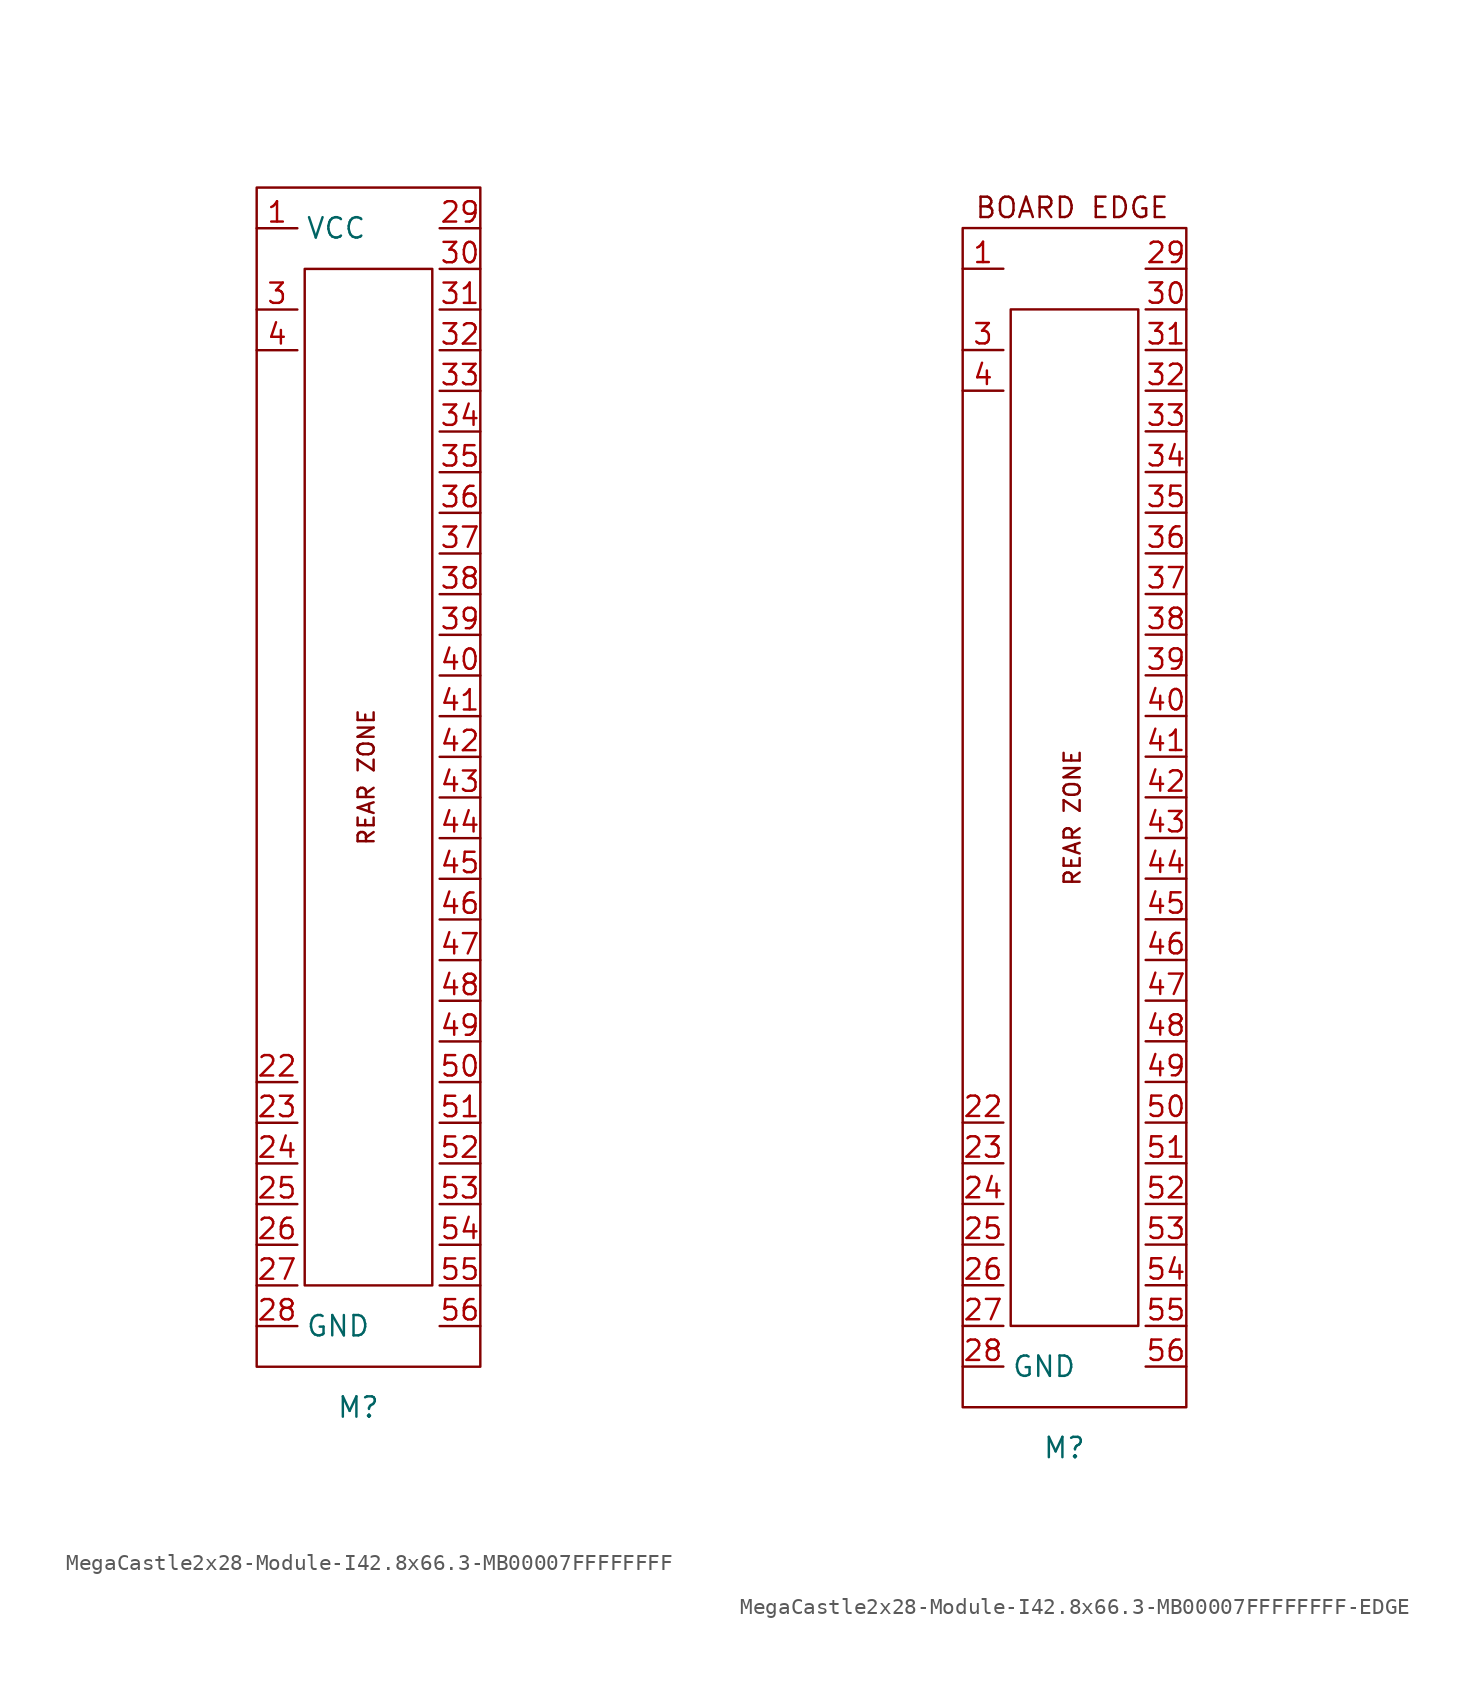
<source format=kicad_sym>
(kicad_symbol_lib
  (version 20231120)
  (generator "kicad_symbol_editor")
  (generator_version "8.0")
  (symbol "MegaCastle2x28-Module-I42.8x66.3-MB00007FFFFFFFF"
    (property "Reference" "M"
      (at 0 -39.37 0)
      (effects (font (size 1.27 1.27))))
    (property "Value" ""
      (at 0 5.08 0)
      (effects (font (size 1.27 1.27))))
    (symbol "MegaCastle2x28-Module-I42.8x66.3-MB00007FFFFFFFF_0_1"
      (rectangle (start -6.35 36.83) (end 7.62 -36.83) (stroke (width 0) (type default)) (fill (type none)))
      (rectangle (start -3.35 31.75) (end 4.62 -31.75) (stroke (width 0) (type default)) (fill (type none))))
    (symbol "MegaCastle2x28-Module-I42.8x66.3-MB00007FFFFFFFF_1_1"
      (text "REAR ZONE" (at 0.5 0 900) (effects (font (size 1 1))))
      (pin bidirectional line (at -6.35 34.29 0) (length 2.54) (name "VCC" (effects (font (size 1.27 1.27)))) (number "1" (effects (font (size 1.27 1.27)))))
      (pin bidirectional line (at -6.35 -19.05 0) (length 2.54) (name "" (effects (font (size 1.27 1.27)))) (number "22" (effects (font (size 1.27 1.27)))))
      (pin bidirectional line (at -6.35 -21.59 0) (length 2.54) (name "" (effects (font (size 1.27 1.27)))) (number "23" (effects (font (size 1.27 1.27)))))
      (pin bidirectional line (at -6.35 -24.13 0) (length 2.54) (name "" (effects (font (size 1.27 1.27)))) (number "24" (effects (font (size 1.27 1.27)))))
      (pin bidirectional line (at -6.35 -26.67 0) (length 2.54) (name "" (effects (font (size 1.27 1.27)))) (number "25" (effects (font (size 1.27 1.27)))))
      (pin bidirectional line (at -6.35 -29.21 0) (length 2.54) (name "" (effects (font (size 1.27 1.27)))) (number "26" (effects (font (size 1.27 1.27)))))
      (pin bidirectional line (at -6.35 -31.75 0) (length 2.54) (name "" (effects (font (size 1.27 1.27)))) (number "27" (effects (font (size 1.27 1.27)))))
      (pin bidirectional line (at -6.35 -34.29 0) (length 2.54) (name "GND" (effects (font (size 1.27 1.27)))) (number "28" (effects (font (size 1.27 1.27)))))
      (pin bidirectional line (at 7.62 34.29 180) (length 2.54) (name "" (effects (font (size 1.27 1.27)))) (number "29" (effects (font (size 1.27 1.27)))))
      (pin bidirectional line (at -6.35 29.21 0) (length 2.54) (name "" (effects (font (size 1.27 1.27)))) (number "3" (effects (font (size 1.27 1.27)))))
      (pin bidirectional line (at 7.62 31.75 180) (length 2.54) (name "" (effects (font (size 1.27 1.27)))) (number "30" (effects (font (size 1.27 1.27)))))
      (pin bidirectional line (at 7.62 29.21 180) (length 2.54) (name "" (effects (font (size 1.27 1.27)))) (number "31" (effects (font (size 1.27 1.27)))))
      (pin bidirectional line (at 7.62 26.67 180) (length 2.54) (name "" (effects (font (size 1.27 1.27)))) (number "32" (effects (font (size 1.27 1.27)))))
      (pin bidirectional line (at 7.62 24.13 180) (length 2.54) (name "" (effects (font (size 1.27 1.27)))) (number "33" (effects (font (size 1.27 1.27)))))
      (pin bidirectional line (at 7.62 21.59 180) (length 2.54) (name "" (effects (font (size 1.27 1.27)))) (number "34" (effects (font (size 1.27 1.27)))))
      (pin bidirectional line (at 7.62 19.05 180) (length 2.54) (name "" (effects (font (size 1.27 1.27)))) (number "35" (effects (font (size 1.27 1.27)))))
      (pin bidirectional line (at 7.62 16.51 180) (length 2.54) (name "" (effects (font (size 1.27 1.27)))) (number "36" (effects (font (size 1.27 1.27)))))
      (pin bidirectional line (at 7.62 13.97 180) (length 2.54) (name "" (effects (font (size 1.27 1.27)))) (number "37" (effects (font (size 1.27 1.27)))))
      (pin bidirectional line (at 7.62 11.43 180) (length 2.54) (name "" (effects (font (size 1.27 1.27)))) (number "38" (effects (font (size 1.27 1.27)))))
      (pin bidirectional line (at 7.62 8.89 180) (length 2.54) (name "" (effects (font (size 1.27 1.27)))) (number "39" (effects (font (size 1.27 1.27)))))
      (pin bidirectional line (at -6.35 26.67 0) (length 2.54) (name "" (effects (font (size 1.27 1.27)))) (number "4" (effects (font (size 1.27 1.27)))))
      (pin bidirectional line (at 7.62 6.35 180) (length 2.54) (name "" (effects (font (size 1.27 1.27)))) (number "40" (effects (font (size 1.27 1.27)))))
      (pin bidirectional line (at 7.62 3.81 180) (length 2.54) (name "" (effects (font (size 1.27 1.27)))) (number "41" (effects (font (size 1.27 1.27)))))
      (pin bidirectional line (at 7.62 1.27 180) (length 2.54) (name "" (effects (font (size 1.27 1.27)))) (number "42" (effects (font (size 1.27 1.27)))))
      (pin bidirectional line (at 7.62 -1.27 180) (length 2.54) (name "" (effects (font (size 1.27 1.27)))) (number "43" (effects (font (size 1.27 1.27)))))
      (pin bidirectional line (at 7.62 -3.81 180) (length 2.54) (name "" (effects (font (size 1.27 1.27)))) (number "44" (effects (font (size 1.27 1.27)))))
      (pin bidirectional line (at 7.62 -6.35 180) (length 2.54) (name "" (effects (font (size 1.27 1.27)))) (number "45" (effects (font (size 1.27 1.27)))))
      (pin bidirectional line (at 7.62 -8.89 180) (length 2.54) (name "" (effects (font (size 1.27 1.27)))) (number "46" (effects (font (size 1.27 1.27)))))
      (pin bidirectional line (at 7.62 -11.43 180) (length 2.54) (name "" (effects (font (size 1.27 1.27)))) (number "47" (effects (font (size 1.27 1.27)))))
      (pin bidirectional line (at 7.62 -13.97 180) (length 2.54) (name "" (effects (font (size 1.27 1.27)))) (number "48" (effects (font (size 1.27 1.27)))))
      (pin bidirectional line (at 7.62 -16.51 180) (length 2.54) (name "" (effects (font (size 1.27 1.27)))) (number "49" (effects (font (size 1.27 1.27)))))
      (pin bidirectional line (at 7.62 -19.05 180) (length 2.54) (name "" (effects (font (size 1.27 1.27)))) (number "50" (effects (font (size 1.27 1.27)))))
      (pin bidirectional line (at 7.62 -21.59 180) (length 2.54) (name "" (effects (font (size 1.27 1.27)))) (number "51" (effects (font (size 1.27 1.27)))))
      (pin bidirectional line (at 7.62 -24.13 180) (length 2.54) (name "" (effects (font (size 1.27 1.27)))) (number "52" (effects (font (size 1.27 1.27)))))
      (pin bidirectional line (at 7.62 -26.67 180) (length 2.54) (name "" (effects (font (size 1.27 1.27)))) (number "53" (effects (font (size 1.27 1.27)))))
      (pin bidirectional line (at 7.62 -29.21 180) (length 2.54) (name "" (effects (font (size 1.27 1.27)))) (number "54" (effects (font (size 1.27 1.27)))))
      (pin bidirectional line (at 7.62 -31.75 180) (length 2.54) (name "" (effects (font (size 1.27 1.27)))) (number "55" (effects (font (size 1.27 1.27)))))
      (pin bidirectional line (at 7.62 -34.29 180) (length 2.54) (name "" (effects (font (size 1.27 1.27)))) (number "56" (effects (font (size 1.27 1.27)))))))
  (symbol "MegaCastle2x28-Module-I42.8x66.3-MB00007FFFFFFFF-EDGE"
    (property "Reference" "M"
      (at 0 -39.37 0)
      (effects (font (size 1.27 1.27))))
    (property "Value" ""
      (at 0 5.08 0)
      (effects (font (size 1.27 1.27))))
    (symbol "MegaCastle2x28-Module-I42.8x66.3-MB00007FFFFFFFF-EDGE_0_1"
      (rectangle (start -6.35 36.83) (end 7.62 -36.83) (stroke (width 0) (type default)) (fill (type none)))
      (rectangle (start -3.35 31.75) (end 4.62 -31.75) (stroke (width 0) (type default)) (fill (type none))))
    (symbol "MegaCastle2x28-Module-I42.8x66.3-MB00007FFFFFFFF-EDGE_1_1"
      (text " BOARD EDGE" (at 0 38.1 0) (effects (font (size 1.27 1.27))))
      (text "REAR ZONE" (at 0.5 0 900) (effects (font (size 1 1))))
      (pin bidirectional line (at -6.35 34.29 0) (length 2.54) (name "" (effects (font (size 1.27 1.27)))) (number "1" (effects (font (size 1.27 1.27)))))
      (pin bidirectional line (at -6.35 -19.05 0) (length 2.54) (name "" (effects (font (size 1.27 1.27)))) (number "22" (effects (font (size 1.27 1.27)))))
      (pin bidirectional line (at -6.35 -21.59 0) (length 2.54) (name "" (effects (font (size 1.27 1.27)))) (number "23" (effects (font (size 1.27 1.27)))))
      (pin bidirectional line (at -6.35 -24.13 0) (length 2.54) (name "" (effects (font (size 1.27 1.27)))) (number "24" (effects (font (size 1.27 1.27)))))
      (pin bidirectional line (at -6.35 -26.67 0) (length 2.54) (name "" (effects (font (size 1.27 1.27)))) (number "25" (effects (font (size 1.27 1.27)))))
      (pin bidirectional line (at -6.35 -29.21 0) (length 2.54) (name "" (effects (font (size 1.27 1.27)))) (number "26" (effects (font (size 1.27 1.27)))))
      (pin bidirectional line (at -6.35 -31.75 0) (length 2.54) (name "" (effects (font (size 1.27 1.27)))) (number "27" (effects (font (size 1.27 1.27)))))
      (pin bidirectional line (at -6.35 -34.29 0) (length 2.54) (name "GND" (effects (font (size 1.27 1.27)))) (number "28" (effects (font (size 1.27 1.27)))))
      (pin bidirectional line (at 7.62 34.29 180) (length 2.54) (name "" (effects (font (size 1.27 1.27)))) (number "29" (effects (font (size 1.27 1.27)))))
      (pin bidirectional line (at -6.35 29.21 0) (length 2.54) (name "" (effects (font (size 1.27 1.27)))) (number "3" (effects (font (size 1.27 1.27)))))
      (pin bidirectional line (at 7.62 31.75 180) (length 2.54) (name "" (effects (font (size 1.27 1.27)))) (number "30" (effects (font (size 1.27 1.27)))))
      (pin bidirectional line (at 7.62 29.21 180) (length 2.54) (name "" (effects (font (size 1.27 1.27)))) (number "31" (effects (font (size 1.27 1.27)))))
      (pin bidirectional line (at 7.62 26.67 180) (length 2.54) (name "" (effects (font (size 1.27 1.27)))) (number "32" (effects (font (size 1.27 1.27)))))
      (pin bidirectional line (at 7.62 24.13 180) (length 2.54) (name "" (effects (font (size 1.27 1.27)))) (number "33" (effects (font (size 1.27 1.27)))))
      (pin bidirectional line (at 7.62 21.59 180) (length 2.54) (name "" (effects (font (size 1.27 1.27)))) (number "34" (effects (font (size 1.27 1.27)))))
      (pin bidirectional line (at 7.62 19.05 180) (length 2.54) (name "" (effects (font (size 1.27 1.27)))) (number "35" (effects (font (size 1.27 1.27)))))
      (pin bidirectional line (at 7.62 16.51 180) (length 2.54) (name "" (effects (font (size 1.27 1.27)))) (number "36" (effects (font (size 1.27 1.27)))))
      (pin bidirectional line (at 7.62 13.97 180) (length 2.54) (name "" (effects (font (size 1.27 1.27)))) (number "37" (effects (font (size 1.27 1.27)))))
      (pin bidirectional line (at 7.62 11.43 180) (length 2.54) (name "" (effects (font (size 1.27 1.27)))) (number "38" (effects (font (size 1.27 1.27)))))
      (pin bidirectional line (at 7.62 8.89 180) (length 2.54) (name "" (effects (font (size 1.27 1.27)))) (number "39" (effects (font (size 1.27 1.27)))))
      (pin bidirectional line (at -6.35 26.67 0) (length 2.54) (name "" (effects (font (size 1.27 1.27)))) (number "4" (effects (font (size 1.27 1.27)))))
      (pin bidirectional line (at 7.62 6.35 180) (length 2.54) (name "" (effects (font (size 1.27 1.27)))) (number "40" (effects (font (size 1.27 1.27)))))
      (pin bidirectional line (at 7.62 3.81 180) (length 2.54) (name "" (effects (font (size 1.27 1.27)))) (number "41" (effects (font (size 1.27 1.27)))))
      (pin bidirectional line (at 7.62 1.27 180) (length 2.54) (name "" (effects (font (size 1.27 1.27)))) (number "42" (effects (font (size 1.27 1.27)))))
      (pin bidirectional line (at 7.62 -1.27 180) (length 2.54) (name "" (effects (font (size 1.27 1.27)))) (number "43" (effects (font (size 1.27 1.27)))))
      (pin bidirectional line (at 7.62 -3.81 180) (length 2.54) (name "" (effects (font (size 1.27 1.27)))) (number "44" (effects (font (size 1.27 1.27)))))
      (pin bidirectional line (at 7.62 -6.35 180) (length 2.54) (name "" (effects (font (size 1.27 1.27)))) (number "45" (effects (font (size 1.27 1.27)))))
      (pin bidirectional line (at 7.62 -8.89 180) (length 2.54) (name "" (effects (font (size 1.27 1.27)))) (number "46" (effects (font (size 1.27 1.27)))))
      (pin bidirectional line (at 7.62 -11.43 180) (length 2.54) (name "" (effects (font (size 1.27 1.27)))) (number "47" (effects (font (size 1.27 1.27)))))
      (pin bidirectional line (at 7.62 -13.97 180) (length 2.54) (name "" (effects (font (size 1.27 1.27)))) (number "48" (effects (font (size 1.27 1.27)))))
      (pin bidirectional line (at 7.62 -16.51 180) (length 2.54) (name "" (effects (font (size 1.27 1.27)))) (number "49" (effects (font (size 1.27 1.27)))))
      (pin bidirectional line (at 7.62 -19.05 180) (length 2.54) (name "" (effects (font (size 1.27 1.27)))) (number "50" (effects (font (size 1.27 1.27)))))
      (pin bidirectional line (at 7.62 -21.59 180) (length 2.54) (name "" (effects (font (size 1.27 1.27)))) (number "51" (effects (font (size 1.27 1.27)))))
      (pin bidirectional line (at 7.62 -24.13 180) (length 2.54) (name "" (effects (font (size 1.27 1.27)))) (number "52" (effects (font (size 1.27 1.27)))))
      (pin bidirectional line (at 7.62 -26.67 180) (length 2.54) (name "" (effects (font (size 1.27 1.27)))) (number "53" (effects (font (size 1.27 1.27)))))
      (pin bidirectional line (at 7.62 -29.21 180) (length 2.54) (name "" (effects (font (size 1.27 1.27)))) (number "54" (effects (font (size 1.27 1.27)))))
      (pin bidirectional line (at 7.62 -31.75 180) (length 2.54) (name "" (effects (font (size 1.27 1.27)))) (number "55" (effects (font (size 1.27 1.27)))))
      (pin bidirectional line (at 7.62 -34.29 180) (length 2.54) (name "" (effects (font (size 1.27 1.27)))) (number "56" (effects (font (size 1.27 1.27))))))))
</source>
